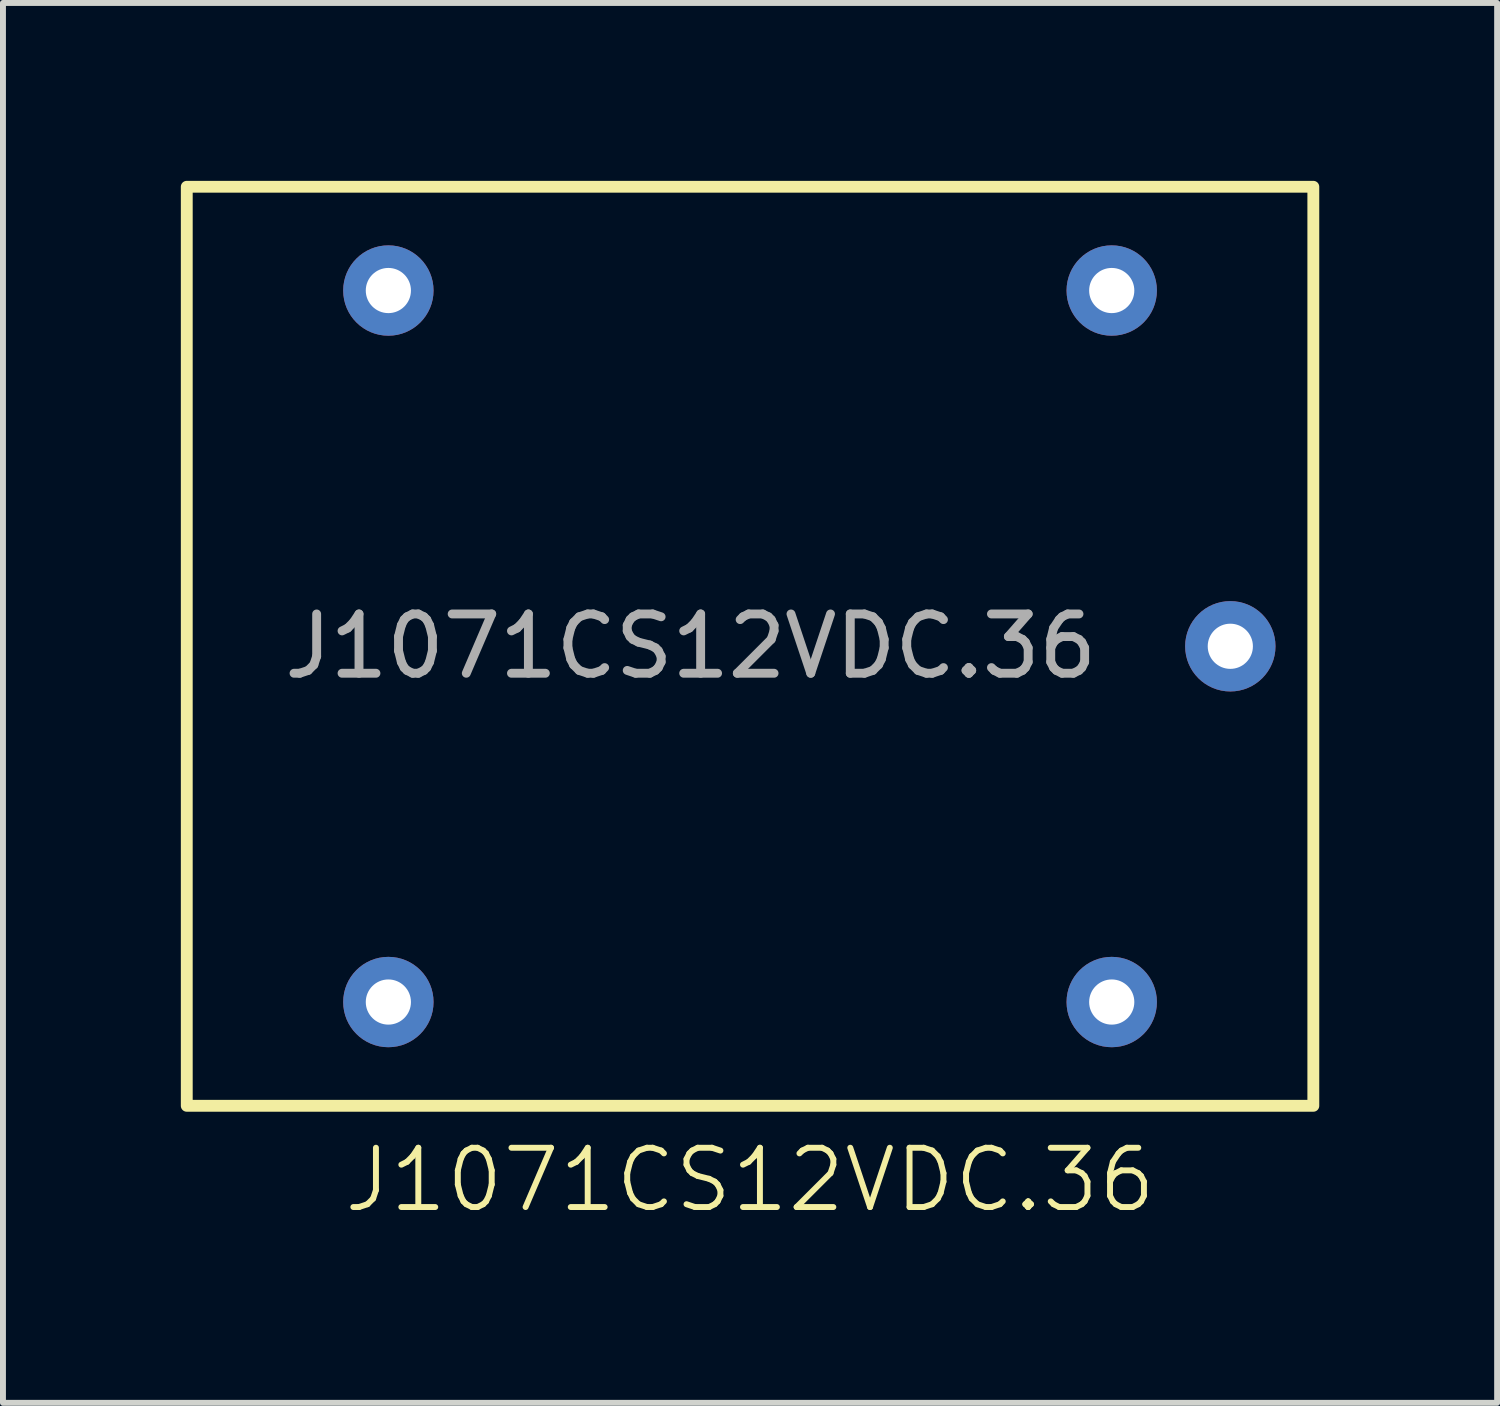
<source format=kicad_pcb>
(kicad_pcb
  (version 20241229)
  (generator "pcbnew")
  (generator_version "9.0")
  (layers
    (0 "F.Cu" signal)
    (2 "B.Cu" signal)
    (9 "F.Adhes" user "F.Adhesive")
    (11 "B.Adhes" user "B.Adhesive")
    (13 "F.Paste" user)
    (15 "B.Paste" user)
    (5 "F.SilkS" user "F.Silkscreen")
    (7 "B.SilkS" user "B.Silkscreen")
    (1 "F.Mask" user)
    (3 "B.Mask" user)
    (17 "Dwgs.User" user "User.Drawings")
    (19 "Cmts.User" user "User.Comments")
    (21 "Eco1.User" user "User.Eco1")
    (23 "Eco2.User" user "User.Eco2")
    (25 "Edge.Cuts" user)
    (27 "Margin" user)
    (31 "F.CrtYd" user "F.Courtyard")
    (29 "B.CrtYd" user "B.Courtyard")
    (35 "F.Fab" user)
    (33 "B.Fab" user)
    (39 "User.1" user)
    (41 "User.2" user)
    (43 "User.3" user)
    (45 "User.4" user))
  (footprint "J1071CS12VDC.36"
    (layer "F.Cu")
    (at 9.6 7.85)
    (property "Reference" "J1071CS12VDC.36" (at 0 9 0) (unlocked yes) (layer "F.SilkS") (effects (font (size 1 1) (thickness 0.1))))
    (attr smd)
    (fp_rect (start -9.5 7.75) (end 9.5 -7.75) (stroke (width 0.2) (type solid)) (fill no) (layer "F.SilkS"))
    (fp_text user "${REFERENCE}" (at -1 0 0) (unlocked yes) (layer "F.Fab") (effects (font (size 1 1) (thickness 0.15))))
    (pad "1" thru_hole circle (at -6.1 -6) (size 1.524 1.524) (drill 0.762) (layers "*.Cu" "*.Mask"))
    (pad "2" thru_hole circle (at 6.1 -6) (size 1.524 1.524) (drill 0.762) (layers "*.Cu" "*.Mask"))
    (pad "3" thru_hole circle (at -6.1 6) (size 1.524 1.524) (drill 0.762) (layers "*.Cu" "*.Mask"))
    (pad "4" thru_hole circle (at 8.1 0) (size 1.524 1.524) (drill 0.762) (layers "*.Cu" "*.Mask"))
    (pad "5" thru_hole circle (at 6.1 6) (size 1.524 1.524) (drill 0.762) (layers "*.Cu" "*.Mask")))
  (gr_rect
    (start -3 -3)
    (end 22.2 20.61)
    (stroke (width 0.1) (type default))
    (fill no)
    (layer "Edge.Cuts")))
</source>
